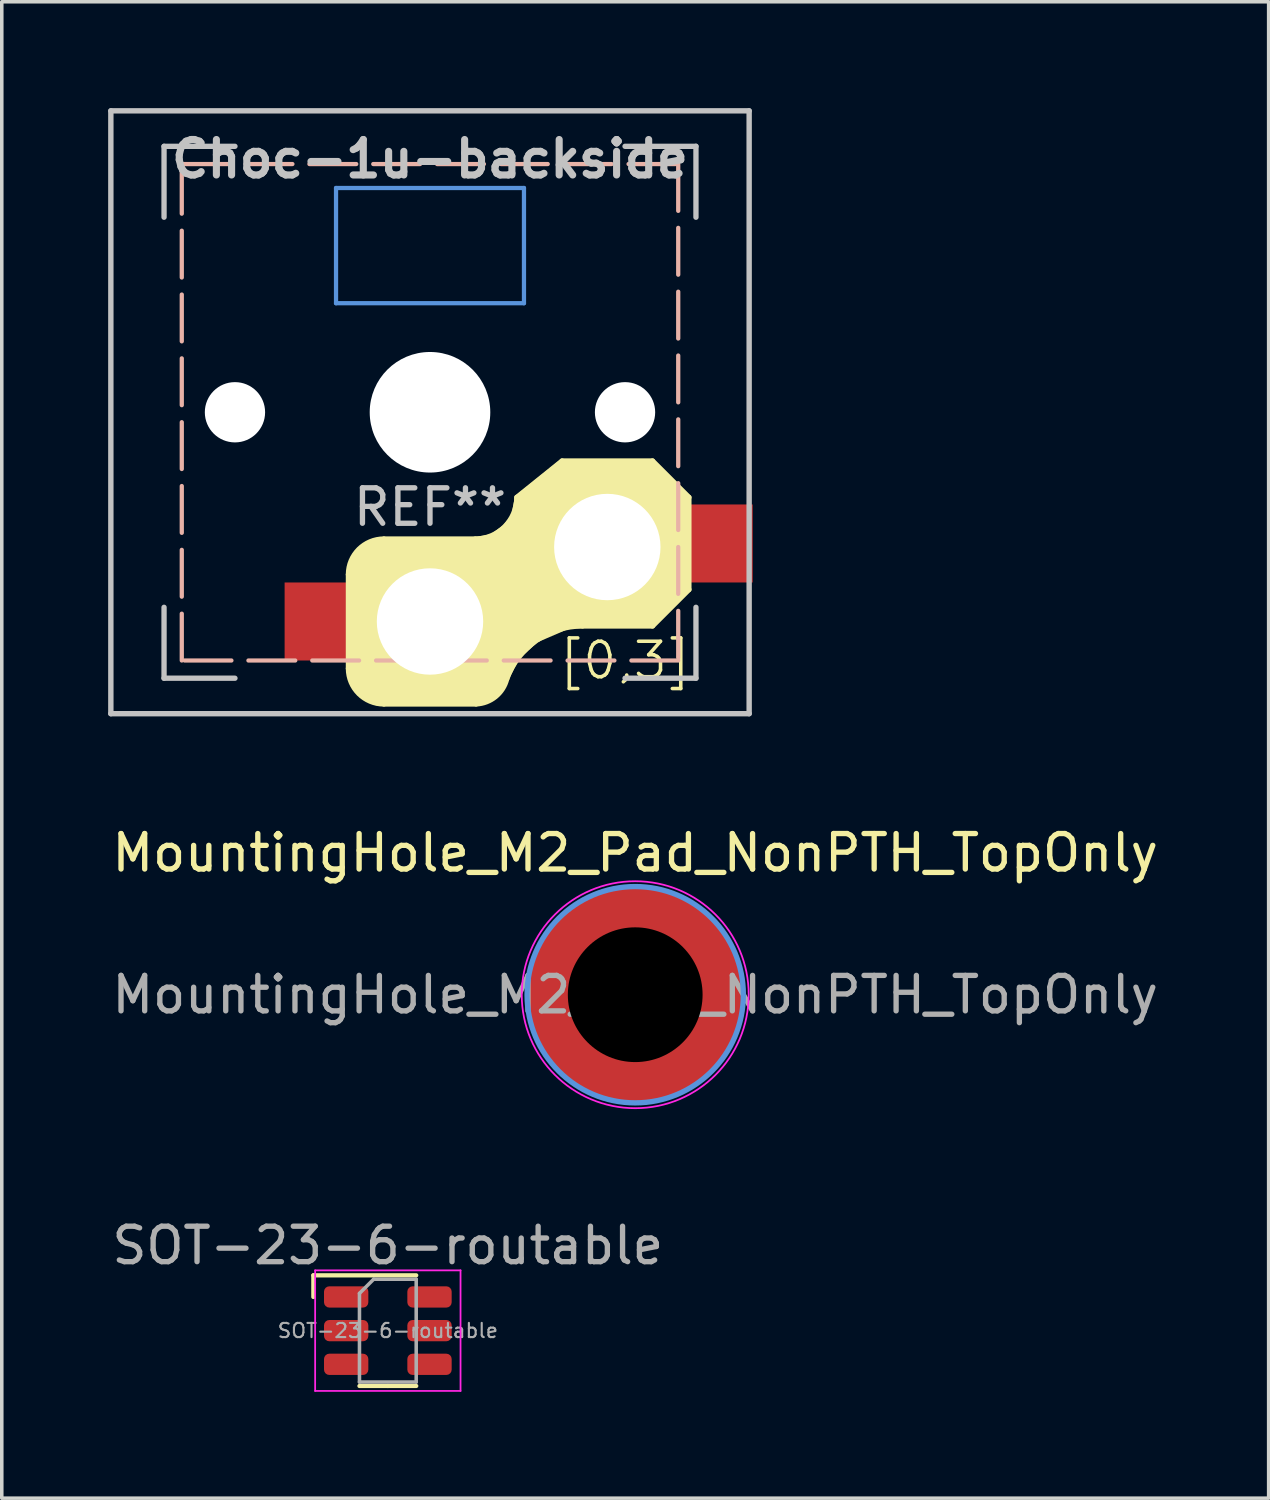
<source format=kicad_pcb>
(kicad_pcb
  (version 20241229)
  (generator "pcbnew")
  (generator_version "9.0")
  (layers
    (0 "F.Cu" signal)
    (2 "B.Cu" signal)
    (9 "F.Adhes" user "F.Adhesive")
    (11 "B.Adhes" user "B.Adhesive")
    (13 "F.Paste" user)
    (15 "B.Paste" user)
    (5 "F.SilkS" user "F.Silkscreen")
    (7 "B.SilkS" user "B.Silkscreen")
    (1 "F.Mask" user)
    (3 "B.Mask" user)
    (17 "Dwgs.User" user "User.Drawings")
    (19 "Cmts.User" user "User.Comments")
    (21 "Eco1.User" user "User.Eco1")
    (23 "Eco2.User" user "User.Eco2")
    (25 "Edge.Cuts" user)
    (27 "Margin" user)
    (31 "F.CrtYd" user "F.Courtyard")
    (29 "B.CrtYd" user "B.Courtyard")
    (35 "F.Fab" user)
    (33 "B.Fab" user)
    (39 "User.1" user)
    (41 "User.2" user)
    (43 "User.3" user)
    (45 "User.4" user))
  (footprint "SOT-23-6-routable"
    (layer "F.Cu")
    (at 7.887 34.474)
    (property "Reference" "SOT-23-6-routable" (at 0 -2.4 180) (layer "F.Fab") (effects (font (size 1 1) (thickness 0.15))))
    (attr smd)
    (fp_line (start -2.1 -1.56) (end 0.8 -1.56) (stroke (width 0.12) (type solid)) (layer "F.SilkS"))
    (fp_line (start -2.1 -0.95) (end -2.1 -1.56) (stroke (width 0.12) (type solid)) (layer "F.SilkS"))
    (fp_line (start 0 1.56) (end -0.8 1.56) (stroke (width 0.12) (type solid)) (layer "F.SilkS"))
    (fp_line (start 0 1.56) (end 0.8 1.56) (stroke (width 0.12) (type solid)) (layer "F.SilkS"))
    (fp_line (start -2.05 -1.7) (end -2.05 1.7) (stroke (width 0.05) (type solid)) (layer "F.CrtYd"))
    (fp_line (start -2.05 1.7) (end 2.05 1.7) (stroke (width 0.05) (type solid)) (layer "F.CrtYd"))
    (fp_line (start 2.05 -1.7) (end -2.05 -1.7) (stroke (width 0.05) (type solid)) (layer "F.CrtYd"))
    (fp_line (start 2.05 1.7) (end 2.05 -1.7) (stroke (width 0.05) (type solid)) (layer "F.CrtYd"))
    (fp_line (start -0.8 -1.05) (end -0.4 -1.45) (stroke (width 0.1) (type solid)) (layer "F.Fab"))
    (fp_line (start -0.8 1.45) (end -0.8 -1.05) (stroke (width 0.1) (type solid)) (layer "F.Fab"))
    (fp_line (start -0.4 -1.45) (end 0.8 -1.45) (stroke (width 0.1) (type solid)) (layer "F.Fab"))
    (fp_line (start 0.8 -1.45) (end 0.8 1.45) (stroke (width 0.1) (type solid)) (layer "F.Fab"))
    (fp_line (start 0.8 1.45) (end -0.8 1.45) (stroke (width 0.1) (type solid)) (layer "F.Fab"))
    (fp_text user "${REFERENCE}" (at 0 0 180) (layer "F.Fab") (effects (font (size 0.4 0.4) (thickness 0.06))))
    (pad "1" smd roundrect (at -1.175 -0.95) (size 1.25 0.6) (layers "F.Cu" "F.Mask" "F.Paste") (roundrect_rratio 0.25))
    (pad "2" smd roundrect (at -1.175 0) (size 1.25 0.6) (layers "F.Cu" "F.Mask" "F.Paste") (roundrect_rratio 0.25))
    (pad "3" smd roundrect (at -1.175 0.95) (size 1.25 0.6) (layers "F.Cu" "F.Mask" "F.Paste") (roundrect_rratio 0.25))
    (pad "4" smd roundrect (at 1.175 0.95) (size 1.25 0.6) (layers "F.Cu" "F.Mask" "F.Paste") (roundrect_rratio 0.25))
    (pad "5" smd roundrect (at 1.175 0) (size 1.25 0.6) (layers "F.Cu" "F.Mask" "F.Paste") (roundrect_rratio 0.25))
    (pad "6" smd roundrect (at 1.175 -0.95) (size 1.25 0.6) (layers "F.Cu" "F.Mask" "F.Paste") (roundrect_rratio 0.25)))
  (footprint "MountingHole_M2_Pad_NonPTH_TopOnly"
    (layer "F.Cu")
    (at 14.863 25.001)
    (property "Reference" "MountingHole_M2_Pad_NonPTH_TopOnly" (at 0 -4 180) (layer "F.SilkS") (effects (font (size 1 1) (thickness 0.15))))
    (attr smd)
    (fp_circle (center -2.47 0) (end -1.97 0) (stroke (width 0.12) (type solid)) (fill yes) (layer "F.Paste"))
    (fp_circle (center -2.139 -1.235) (end -1.639 -1.235) (stroke (width 0.12) (type solid)) (fill yes) (layer "F.Paste"))
    (fp_circle (center -2.139 1.235) (end -1.639 1.235) (stroke (width 0.12) (type solid)) (fill yes) (layer "F.Paste"))
    (fp_circle (center -1.235 -2.139) (end -0.735 -2.139) (stroke (width 0.12) (type solid)) (fill yes) (layer "F.Paste"))
    (fp_circle (center -1.235 2.139) (end -0.735 2.139) (stroke (width 0.12) (type solid)) (fill yes) (layer "F.Paste"))
    (fp_circle (center 0 -2.47) (end 0.5 -2.47) (stroke (width 0.12) (type solid)) (fill yes) (layer "F.Paste"))
    (fp_circle (center 0 2.47) (end 0.5 2.47) (stroke (width 0.12) (type solid)) (fill yes) (layer "F.Paste"))
    (fp_circle (center 1.235 -2.139) (end 1.735 -2.139) (stroke (width 0.12) (type solid)) (fill yes) (layer "F.Paste"))
    (fp_circle (center 1.235 2.139) (end 1.735 2.139) (stroke (width 0.12) (type solid)) (fill yes) (layer "F.Paste"))
    (fp_circle (center 2.139 -1.235) (end 2.639 -1.235) (stroke (width 0.12) (type solid)) (fill yes) (layer "F.Paste"))
    (fp_circle (center 2.139 1.235) (end 2.639 1.235) (stroke (width 0.12) (type solid)) (fill yes) (layer "F.Paste"))
    (fp_circle (center 2.47 0) (end 2.97 0) (stroke (width 0.12) (type solid)) (fill yes) (layer "F.Paste"))
    (fp_circle (center 0 0) (end 3.05 0) (stroke (width 0.15) (type solid)) (fill no) (layer "Cmts.User"))
    (fp_circle (center 0 0) (end 3 0) (stroke (width 0.12) (type solid)) (fill no) (layer "Eco1.User"))
    (fp_circle (center 0 0) (end 3.2 0) (stroke (width 0.05) (type solid)) (fill no) (layer "F.CrtYd"))
    (fp_text user "${REFERENCE}" (at 0 0 180) (layer "F.Fab") (effects (font (size 1 1) (thickness 0.15))))
    (pad "" np_thru_hole circle (at 0 0) (size 3.8 3.8) (drill 3.8) (layers "*.Mask"))
    (pad "1" smd circle (at 0 0) (size 6.1 6.1) (layers "F.Cu" "F.Mask")))
  (footprint "Choc-1u-backside"
    (layer "F.Cu")
    (at 9.076 8.576)
    (property "Reference" "Choc-1u-backside" (at 0 -7.144 0) (layer "Dwgs.User") (effects (font (size 1 1) (thickness 0.2))))
    (property "COL" "3" (at 0 0 0) (layer "F.Fab") (hide yes) (effects (font (size 1.27 1.27) (thickness 0.15))))
    (property "ROW" "0" (at 0 0 0) (layer "F.Fab") (hide yes) (effects (font (size 1.27 1.27) (thickness 0.15))))
    (attr through_hole)
    (fp_line (start -2.3 4.575) (end -2.3 7.225) (stroke (width 0.15) (type solid)) (layer "F.SilkS"))
    (fp_line (start -1.3 3.575) (end 1.275 3.575) (stroke (width 0.15) (type solid)) (layer "F.SilkS"))
    (fp_line (start -1.3 8.225) (end 1.3 8.225) (stroke (width 0.15) (type solid)) (layer "F.SilkS"))
    (fp_line (start 3.725 1.375) (end 2.45 2.4) (stroke (width 0.15) (type solid)) (layer "F.SilkS"))
    (fp_line (start 3.725 1.375) (end 6.275 1.375) (stroke (width 0.15) (type solid)) (layer "F.SilkS"))
    (fp_line (start 4.3 6.025) (end 6.275 6.025) (stroke (width 0.15) (type solid)) (layer "F.SilkS"))
    (fp_line (start 7.3 2.4) (end 6.275 1.375) (stroke (width 0.15) (type solid)) (layer "F.SilkS"))
    (fp_line (start 7.3 2.4) (end 7.3 5) (stroke (width 0.15) (type solid)) (layer "F.SilkS"))
    (fp_line (start 7.3 5) (end 6.275 6.025) (stroke (width 0.15) (type solid)) (layer "F.SilkS"))
    (fp_arc (start -2.3 4.575) (mid -2.007107 3.867893) (end -1.3 3.575) (stroke (width 0.15) (type solid)) (layer "F.SilkS"))
    (fp_arc (start -1.3 8.225) (mid -2.007107 7.932107) (end -2.3 7.225) (stroke (width 0.15) (type solid)) (layer "F.SilkS"))
    (fp_arc (start 2.162199 7.521904) (mid 1.848284 8.016021) (end 1.300995 8.223791) (stroke (width 0.15) (type solid)) (layer "F.SilkS"))
    (fp_arc (start 2.162199 7.521904) (mid 2.995114 6.436429) (end 4.3 6.025) (stroke (width 0.15) (type solid)) (layer "F.SilkS"))
    (fp_arc (start 2.45 2.4) (mid 2.10585 3.23085) (end 1.275 3.575) (stroke (width 0.15) (type solid)) (layer "F.SilkS"))
    (fp_poly (pts (xy 7.3 5) (xy 7.3 2.4) (xy 6.275 1.375) (xy 3.725 1.375) (xy 2.45 2.4) (xy 2.35 2.93) (xy 2.106 3.231) (xy 1.73 3.5) (xy 1.275 3.575) (xy -1.3 3.575) (xy -1.81 3.72) (xy -2.007 3.868) (xy -2.21 4.2) (xy -2.3 4.575) (xy -2.3 7.225) (xy -2.18 7.66) (xy -2.007 7.932) (xy -1.52 8.2) (xy -1.3 8.225) (xy 1.3 8.225) (xy 1.848 8.016) (xy 2.162 7.522) (xy 2.45 6.94) (xy 2.995 6.436) (xy 3.89 6.05) (xy 4.3 6.025) (xy 6.275 6.025)) (stroke (width 0.12) (type solid)) (fill yes) (layer "F.SilkS"))
    (fp_line (start -7 -7) (end 7 -7) (stroke (width 0.12) (type dash)) (layer "B.SilkS"))
    (fp_line (start -7 7) (end -7 -7) (stroke (width 0.12) (type dash)) (layer "B.SilkS"))
    (fp_line (start 7 -7) (end 7 7) (stroke (width 0.12) (type dash)) (layer "B.SilkS"))
    (fp_line (start 7 7) (end -7 7) (stroke (width 0.12) (type dash)) (layer "B.SilkS"))
    (fp_line (start -9 -8.5) (end -9 8.5) (stroke (width 0.152) (type solid)) (layer "Dwgs.User"))
    (fp_line (start -9 8.5) (end 9 8.5) (stroke (width 0.152) (type solid)) (layer "Dwgs.User"))
    (fp_line (start -7.5 -7.5) (end -7.5 -5.5) (stroke (width 0.15) (type solid)) (layer "Dwgs.User"))
    (fp_line (start -7.5 7.5) (end -7.5 5.5) (stroke (width 0.15) (type solid)) (layer "Dwgs.User"))
    (fp_line (start -5.5 -7.5) (end -7.5 -7.5) (stroke (width 0.15) (type solid)) (layer "Dwgs.User"))
    (fp_line (start -5.5 7.5) (end -7.5 7.5) (stroke (width 0.15) (type solid)) (layer "Dwgs.User"))
    (fp_line (start 5.5 -7.5) (end 7.5 -7.5) (stroke (width 0.15) (type solid)) (layer "Dwgs.User"))
    (fp_line (start 5.5 7.5) (end 7.5 7.5) (stroke (width 0.15) (type solid)) (layer "Dwgs.User"))
    (fp_line (start 7.5 -7.5) (end 7.5 -5.5) (stroke (width 0.15) (type solid)) (layer "Dwgs.User"))
    (fp_line (start 7.5 7.5) (end 7.5 5.5) (stroke (width 0.15) (type solid)) (layer "Dwgs.User"))
    (fp_line (start 9 -8.5) (end -9 -8.5) (stroke (width 0.152) (type solid)) (layer "Dwgs.User"))
    (fp_line (start 9 8.5) (end 9 -8.5) (stroke (width 0.152) (type solid)) (layer "Dwgs.User"))
    (fp_line (start -2.65 -6.325) (end -2.65 -3.075) (stroke (width 0.12) (type solid)) (layer "Cmts.User"))
    (fp_line (start -2.65 -3.075) (end 2.65 -3.075) (stroke (width 0.12) (type solid)) (layer "Cmts.User"))
    (fp_line (start 2.65 -6.325) (end -2.65 -6.325) (stroke (width 0.12) (type solid)) (layer "Cmts.User"))
    (fp_line (start 2.65 -3.075) (end 2.65 -6.325) (stroke (width 0.12) (type solid)) (layer "Cmts.User"))
    (fp_text user "[${ROW},${COL}]" (at 5.5 7 0) (layer "F.SilkS") (effects (font (size 1 1) (thickness 0.1))))
    (fp_text user "REF**" (at 0 2.675 0) (layer "Dwgs.User") (effects (font (size 1 1) (thickness 0.15))))
    (pad "" np_thru_hole circle (at -5.5 0 180) (size 1.7 1.7) (drill 1.7) (layers "*.Cu" "*.Mask"))
    (pad "" np_thru_hole circle (at 0 0 270) (size 3.4 3.4) (drill 3.4) (layers "*.Cu" "*.Mask"))
    (pad "" np_thru_hole circle (at 5.5 0 180) (size 1.7 1.7) (drill 1.7) (layers "*.Cu" "*.Mask"))
    (pad "1" smd rect (at -2.6 5.9 180) (size 3 2.2) (layers "F.Cu" "F.Mask" "F.Paste"))
    (pad "1" thru_hole circle (at 0 5.9 270) (size 3.5 3.5) (drill 3) (layers "*.Cu" "*.Mask"))
    (pad "2" thru_hole circle (at 5 3.8 270) (size 3.5 3.5) (drill 3) (layers "*.Cu" "*.Mask"))
    (pad "2" smd rect (at 7.6 3.7 180) (size 3 2.2) (layers "F.Cu" "F.Mask" "F.Paste")))
  (gr_rect
    (start -3 -3)
    (end 32.726 39.199)
    (stroke (width 0.1) (type default))
    (fill no)
    (layer "Edge.Cuts")))
</source>
